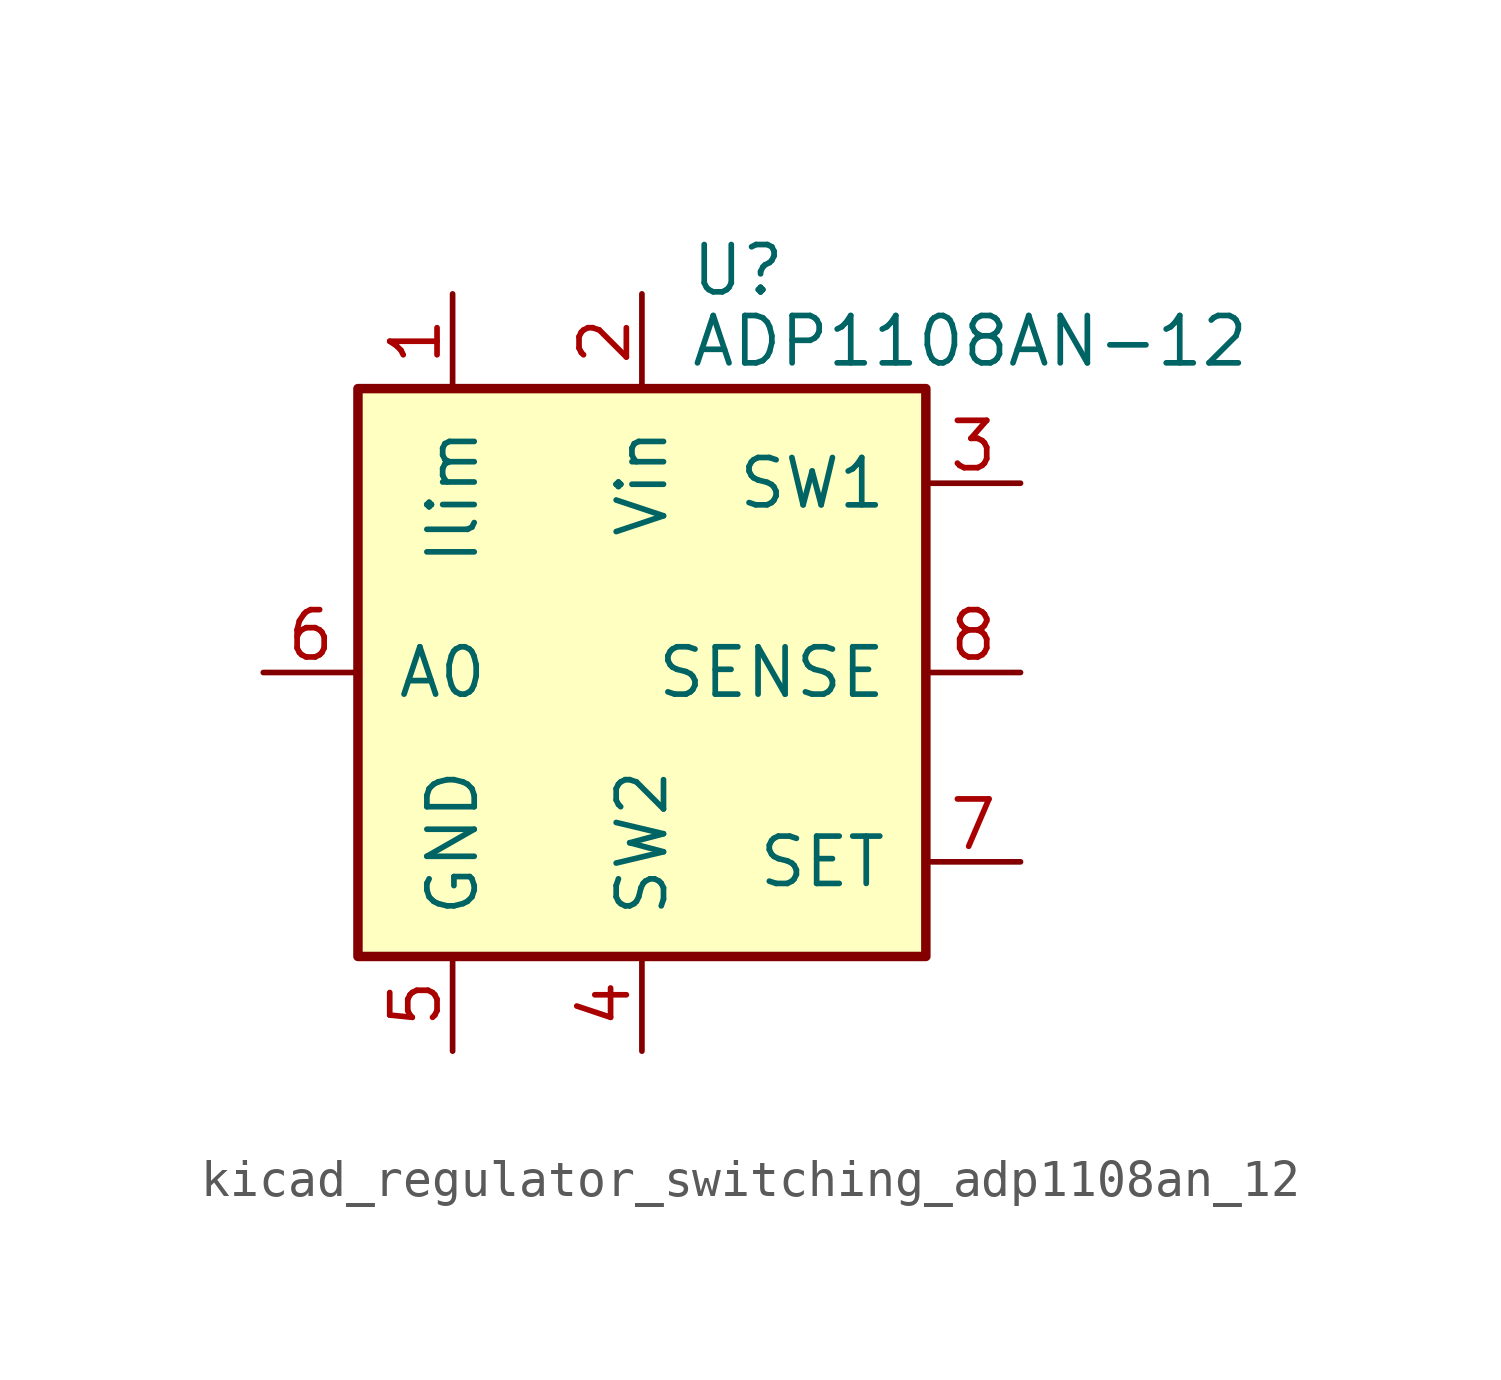
<source format=kicad_sym>
(kicad_symbol_lib
  (version 20220914)
  (generator kicad_symbol_editor)
  (symbol "kicad_regulator_switching_adp1108an_12"
    (pin_names
      (offset 1.016))
    (property "Reference" "U"
      (at 1.27 10.795 0)
      (effects (font (size 1.27 1.27)) (justify left)))
    (property "Value" "ADP1108AN-12"
      (at 1.27 8.89 0)
      (effects (font (size 1.27 1.27)) (justify left)))
    (symbol "kicad_regulator_switching_adp1108an_12_0_1"
      (rectangle (start -7.62 7.62) (end 7.62 -7.62) (stroke (width 0.254) (type default)) (fill (type background))))
    (symbol "kicad_regulator_switching_adp1108an_12_1_1"
      (pin input line (at -5.08 10.16 270) (length 2.54) (name "Ilim" (effects (font (size 1.27 1.27)))) (number "1" (effects (font (size 1.27 1.27)))))
      (pin power_in line (at 0 10.16 270) (length 2.54) (name "Vin" (effects (font (size 1.27 1.27)))) (number "2" (effects (font (size 1.27 1.27)))))
      (pin input line (at 10.16 5.08 180) (length 2.54) (name "SW1" (effects (font (size 1.27 1.27)))) (number "3" (effects (font (size 1.27 1.27)))))
      (pin input line (at 0 -10.16 90) (length 2.54) (name "SW2" (effects (font (size 1.27 1.27)))) (number "4" (effects (font (size 1.27 1.27)))))
      (pin power_in line (at -5.08 -10.16 90) (length 2.54) (name "GND" (effects (font (size 1.27 1.27)))) (number "5" (effects (font (size 1.27 1.27)))))
      (pin output line (at -10.16 0 0) (length 2.54) (name "A0" (effects (font (size 1.27 1.27)))) (number "6" (effects (font (size 1.27 1.27)))))
      (pin input line (at 10.16 -5.08 180) (length 2.54) (name "SET" (effects (font (size 1.27 1.27)))) (number "7" (effects (font (size 1.27 1.27)))))
      (pin input line (at 10.16 0 180) (length 2.54) (name "SENSE" (effects (font (size 1.27 1.27)))) (number "8" (effects (font (size 1.27 1.27))))))))
</source>
